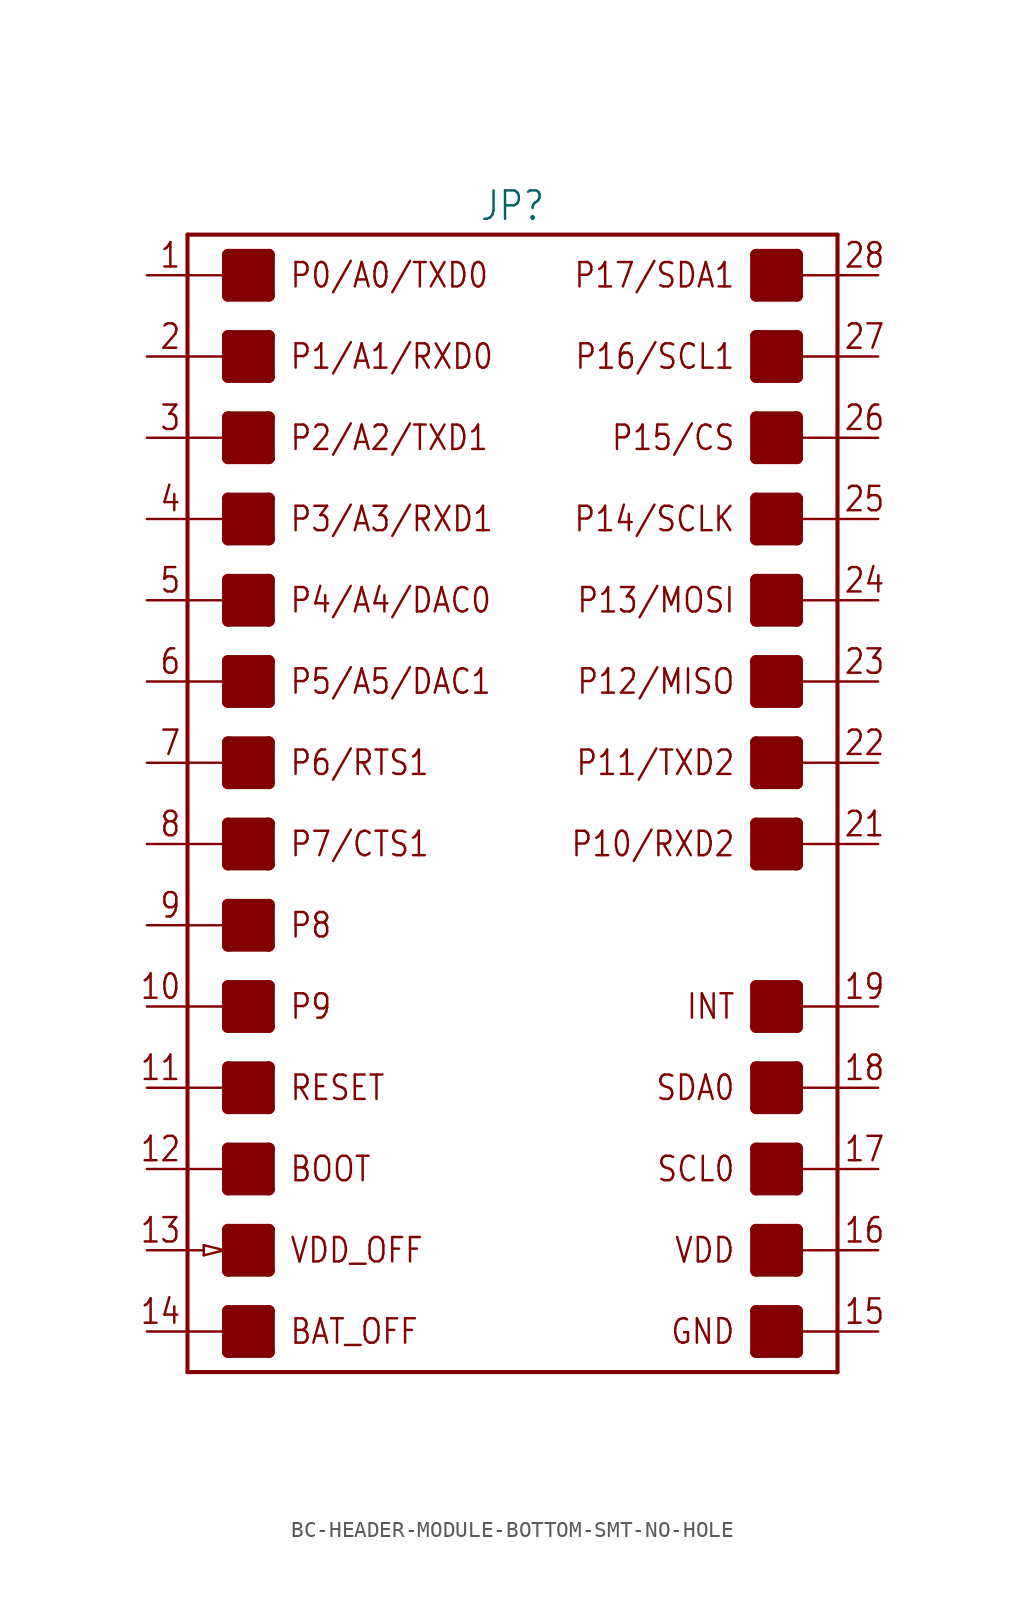
<source format=kicad_sym>
(kicad_symbol_lib
  (version 20231120)
  (generator "kicad_symbol_editor")
  (generator_version "8.0")
  (symbol "BC-HEADER-MODULE-BOTTOM-SMT-NO-HOLE"
    (property "Reference" "JP"
      (at 0 36.322 0)
      (effects (font (size 1.778 1.511)) (justify bottom)))
    (property "Value" ""
      (at 0 -36.322 0)
      (effects (font (size 1.778 1.511)) (justify top)))
    (property "ki_locked" ""
      (at 0 0 0)
      (effects (font (size 1.27 1.27))))
    (symbol "BC-HEADER-MODULE-BOTTOM-SMT-NO-HOLE_1_0"
      (rectangle (start -17.78 -34.29) (end -15.24 -31.75) (stroke (width 0) (type default)) (fill (type outline)))
      (rectangle (start -17.78 -29.21) (end -15.24 -26.67) (stroke (width 0) (type default)) (fill (type outline)))
      (rectangle (start -17.78 -24.13) (end -15.24 -21.59) (stroke (width 0) (type default)) (fill (type outline)))
      (rectangle (start -17.78 -19.05) (end -15.24 -16.51) (stroke (width 0) (type default)) (fill (type outline)))
      (rectangle (start -17.78 -13.97) (end -15.24 -11.43) (stroke (width 0) (type default)) (fill (type outline)))
      (rectangle (start -17.78 -8.89) (end -15.24 -6.35) (stroke (width 0) (type default)) (fill (type outline)))
      (rectangle (start -17.78 -3.81) (end -15.24 -1.27) (stroke (width 0) (type default)) (fill (type outline)))
      (rectangle (start -17.78 1.27) (end -15.24 3.81) (stroke (width 0) (type default)) (fill (type outline)))
      (rectangle (start -17.78 6.35) (end -15.24 8.89) (stroke (width 0) (type default)) (fill (type outline)))
      (rectangle (start -17.78 11.43) (end -15.24 13.97) (stroke (width 0) (type default)) (fill (type outline)))
      (rectangle (start -17.78 16.51) (end -15.24 19.05) (stroke (width 0) (type default)) (fill (type outline)))
      (rectangle (start -17.78 21.59) (end -15.24 24.13) (stroke (width 0) (type default)) (fill (type outline)))
      (rectangle (start -17.78 26.67) (end -15.24 29.21) (stroke (width 0) (type default)) (fill (type outline)))
      (rectangle (start -17.78 31.75) (end -15.24 34.29) (stroke (width 0) (type default)) (fill (type outline)))
      (polyline (pts (xy -20.32 -33.02) (xy -20.32 -35.56)) (stroke (width 0.254) (type solid)) (fill (type none)))
      (polyline (pts (xy -20.32 -33.02) (xy -17.78 -33.02)) (stroke (width 0.152) (type solid)) (fill (type none)))
      (polyline (pts (xy -20.32 -27.94) (xy -20.32 -33.02)) (stroke (width 0.254) (type solid)) (fill (type none)))
      (polyline (pts (xy -20.32 -27.94) (xy -19.304 -27.94)) (stroke (width 0.152) (type solid)) (fill (type none)))
      (polyline (pts (xy -20.32 -22.86) (xy -20.32 -27.94)) (stroke (width 0.254) (type solid)) (fill (type none)))
      (polyline (pts (xy -20.32 -22.86) (xy -17.78 -22.86)) (stroke (width 0.152) (type solid)) (fill (type none)))
      (polyline (pts (xy -20.32 -17.78) (xy -20.32 -22.86)) (stroke (width 0.254) (type solid)) (fill (type none)))
      (polyline (pts (xy -20.32 -17.78) (xy -17.78 -17.78)) (stroke (width 0.152) (type solid)) (fill (type none)))
      (polyline (pts (xy -20.32 -12.7) (xy -20.32 -17.78)) (stroke (width 0.254) (type solid)) (fill (type none)))
      (polyline (pts (xy -20.32 -12.7) (xy -17.78 -12.7)) (stroke (width 0.152) (type solid)) (fill (type none)))
      (polyline (pts (xy -20.32 -7.62) (xy -20.32 -12.7)) (stroke (width 0.254) (type solid)) (fill (type none)))
      (polyline (pts (xy -20.32 -7.62) (xy -17.78 -7.62)) (stroke (width 0.152) (type solid)) (fill (type none)))
      (polyline (pts (xy -20.32 -2.54) (xy -20.32 -7.62)) (stroke (width 0.254) (type solid)) (fill (type none)))
      (polyline (pts (xy -20.32 -2.54) (xy -17.78 -2.54)) (stroke (width 0.152) (type solid)) (fill (type none)))
      (polyline (pts (xy -20.32 2.54) (xy -20.32 -2.54)) (stroke (width 0.254) (type solid)) (fill (type none)))
      (polyline (pts (xy -20.32 2.54) (xy -17.78 2.54)) (stroke (width 0.152) (type solid)) (fill (type none)))
      (polyline (pts (xy -20.32 7.62) (xy -20.32 2.54)) (stroke (width 0.254) (type solid)) (fill (type none)))
      (polyline (pts (xy -20.32 7.62) (xy -17.78 7.62)) (stroke (width 0.152) (type solid)) (fill (type none)))
      (polyline (pts (xy -20.32 12.7) (xy -20.32 7.62)) (stroke (width 0.254) (type solid)) (fill (type none)))
      (polyline (pts (xy -20.32 12.7) (xy -17.78 12.7)) (stroke (width 0.152) (type solid)) (fill (type none)))
      (polyline (pts (xy -20.32 17.78) (xy -20.32 12.7)) (stroke (width 0.254) (type solid)) (fill (type none)))
      (polyline (pts (xy -20.32 17.78) (xy -17.78 17.78)) (stroke (width 0.152) (type solid)) (fill (type none)))
      (polyline (pts (xy -20.32 22.86) (xy -20.32 17.78)) (stroke (width 0.254) (type solid)) (fill (type none)))
      (polyline (pts (xy -20.32 22.86) (xy -17.78 22.86)) (stroke (width 0.152) (type solid)) (fill (type none)))
      (polyline (pts (xy -20.32 27.94) (xy -20.32 22.86)) (stroke (width 0.254) (type solid)) (fill (type none)))
      (polyline (pts (xy -20.32 27.94) (xy -17.78 27.94)) (stroke (width 0.152) (type solid)) (fill (type none)))
      (polyline (pts (xy -20.32 33.02) (xy -20.32 27.94)) (stroke (width 0.254) (type solid)) (fill (type none)))
      (polyline (pts (xy -20.32 33.02) (xy -17.78 33.02)) (stroke (width 0.152) (type solid)) (fill (type none)))
      (polyline (pts (xy -20.32 35.56) (xy -20.32 33.02)) (stroke (width 0.254) (type solid)) (fill (type none)))
      (polyline (pts (xy -20.32 35.56) (xy 20.32 35.56)) (stroke (width 0.254) (type solid)) (fill (type none)))
      (polyline (pts (xy -19.304 -28.258) (xy -18.034 -27.94)) (stroke (width 0.152) (type solid)) (fill (type none)))
      (polyline (pts (xy -19.304 -27.94) (xy -19.304 -28.258)) (stroke (width 0.152) (type solid)) (fill (type none)))
      (polyline (pts (xy -19.304 -27.622) (xy -19.304 -27.94)) (stroke (width 0.152) (type solid)) (fill (type none)))
      (polyline (pts (xy -18.034 -27.94) (xy -19.304 -27.622)) (stroke (width 0.152) (type solid)) (fill (type none)))
      (polyline (pts (xy -17.78 -34.29) (xy -15.24 -34.29)) (stroke (width 0.762) (type solid)) (fill (type none)))
      (polyline (pts (xy -17.78 -33.02) (xy -17.78 -34.29)) (stroke (width 0.762) (type solid)) (fill (type none)))
      (polyline (pts (xy -17.78 -31.75) (xy -17.78 -33.02)) (stroke (width 0.762) (type solid)) (fill (type none)))
      (polyline (pts (xy -17.78 -31.75) (xy -15.24 -31.75)) (stroke (width 0.762) (type solid)) (fill (type none)))
      (polyline (pts (xy -17.78 -29.21) (xy -15.24 -29.21)) (stroke (width 0.762) (type solid)) (fill (type none)))
      (polyline (pts (xy -17.78 -26.67) (xy -17.78 -29.21)) (stroke (width 0.762) (type solid)) (fill (type none)))
      (polyline (pts (xy -17.78 -26.67) (xy -15.24 -26.67)) (stroke (width 0.762) (type solid)) (fill (type none)))
      (polyline (pts (xy -17.78 -24.13) (xy -15.24 -24.13)) (stroke (width 0.762) (type solid)) (fill (type none)))
      (polyline (pts (xy -17.78 -22.86) (xy -17.78 -24.13)) (stroke (width 0.762) (type solid)) (fill (type none)))
      (polyline (pts (xy -17.78 -21.59) (xy -17.78 -22.86)) (stroke (width 0.762) (type solid)) (fill (type none)))
      (polyline (pts (xy -17.78 -21.59) (xy -15.24 -21.59)) (stroke (width 0.762) (type solid)) (fill (type none)))
      (polyline (pts (xy -17.78 -19.05) (xy -15.24 -19.05)) (stroke (width 0.762) (type solid)) (fill (type none)))
      (polyline (pts (xy -17.78 -17.78) (xy -17.78 -19.05)) (stroke (width 0.762) (type solid)) (fill (type none)))
      (polyline (pts (xy -17.78 -16.51) (xy -17.78 -17.78)) (stroke (width 0.762) (type solid)) (fill (type none)))
      (polyline (pts (xy -17.78 -16.51) (xy -15.24 -16.51)) (stroke (width 0.762) (type solid)) (fill (type none)))
      (polyline (pts (xy -17.78 -13.97) (xy -15.24 -13.97)) (stroke (width 0.762) (type solid)) (fill (type none)))
      (polyline (pts (xy -17.78 -12.7) (xy -17.78 -13.97)) (stroke (width 0.762) (type solid)) (fill (type none)))
      (polyline (pts (xy -17.78 -11.43) (xy -17.78 -12.7)) (stroke (width 0.762) (type solid)) (fill (type none)))
      (polyline (pts (xy -17.78 -11.43) (xy -15.24 -11.43)) (stroke (width 0.762) (type solid)) (fill (type none)))
      (polyline (pts (xy -17.78 -8.89) (xy -15.24 -8.89)) (stroke (width 0.762) (type solid)) (fill (type none)))
      (polyline (pts (xy -17.78 -7.62) (xy -17.78 -8.89)) (stroke (width 0.762) (type solid)) (fill (type none)))
      (polyline (pts (xy -17.78 -6.35) (xy -17.78 -7.62)) (stroke (width 0.762) (type solid)) (fill (type none)))
      (polyline (pts (xy -17.78 -6.35) (xy -15.24 -6.35)) (stroke (width 0.762) (type solid)) (fill (type none)))
      (polyline (pts (xy -17.78 -3.81) (xy -15.24 -3.81)) (stroke (width 0.762) (type solid)) (fill (type none)))
      (polyline (pts (xy -17.78 -2.54) (xy -17.78 -3.81)) (stroke (width 0.762) (type solid)) (fill (type none)))
      (polyline (pts (xy -17.78 -1.27) (xy -17.78 -2.54)) (stroke (width 0.762) (type solid)) (fill (type none)))
      (polyline (pts (xy -17.78 -1.27) (xy -15.24 -1.27)) (stroke (width 0.762) (type solid)) (fill (type none)))
      (polyline (pts (xy -17.78 1.27) (xy -15.24 1.27)) (stroke (width 0.762) (type solid)) (fill (type none)))
      (polyline (pts (xy -17.78 2.54) (xy -17.78 1.27)) (stroke (width 0.762) (type solid)) (fill (type none)))
      (polyline (pts (xy -17.78 3.81) (xy -17.78 2.54)) (stroke (width 0.762) (type solid)) (fill (type none)))
      (polyline (pts (xy -17.78 3.81) (xy -15.24 3.81)) (stroke (width 0.762) (type solid)) (fill (type none)))
      (polyline (pts (xy -17.78 6.35) (xy -15.24 6.35)) (stroke (width 0.762) (type solid)) (fill (type none)))
      (polyline (pts (xy -17.78 7.62) (xy -17.78 6.35)) (stroke (width 0.762) (type solid)) (fill (type none)))
      (polyline (pts (xy -17.78 8.89) (xy -17.78 7.62)) (stroke (width 0.762) (type solid)) (fill (type none)))
      (polyline (pts (xy -17.78 8.89) (xy -15.24 8.89)) (stroke (width 0.762) (type solid)) (fill (type none)))
      (polyline (pts (xy -17.78 11.43) (xy -15.24 11.43)) (stroke (width 0.762) (type solid)) (fill (type none)))
      (polyline (pts (xy -17.78 12.7) (xy -17.78 11.43)) (stroke (width 0.762) (type solid)) (fill (type none)))
      (polyline (pts (xy -17.78 13.97) (xy -17.78 12.7)) (stroke (width 0.762) (type solid)) (fill (type none)))
      (polyline (pts (xy -17.78 13.97) (xy -15.24 13.97)) (stroke (width 0.762) (type solid)) (fill (type none)))
      (polyline (pts (xy -17.78 16.51) (xy -15.24 16.51)) (stroke (width 0.762) (type solid)) (fill (type none)))
      (polyline (pts (xy -17.78 17.78) (xy -17.78 16.51)) (stroke (width 0.762) (type solid)) (fill (type none)))
      (polyline (pts (xy -17.78 19.05) (xy -17.78 17.78)) (stroke (width 0.762) (type solid)) (fill (type none)))
      (polyline (pts (xy -17.78 19.05) (xy -15.24 19.05)) (stroke (width 0.762) (type solid)) (fill (type none)))
      (polyline (pts (xy -17.78 21.59) (xy -15.24 21.59)) (stroke (width 0.762) (type solid)) (fill (type none)))
      (polyline (pts (xy -17.78 22.86) (xy -17.78 21.59)) (stroke (width 0.762) (type solid)) (fill (type none)))
      (polyline (pts (xy -17.78 24.13) (xy -17.78 22.86)) (stroke (width 0.762) (type solid)) (fill (type none)))
      (polyline (pts (xy -17.78 24.13) (xy -15.24 24.13)) (stroke (width 0.762) (type solid)) (fill (type none)))
      (polyline (pts (xy -17.78 26.67) (xy -15.24 26.67)) (stroke (width 0.762) (type solid)) (fill (type none)))
      (polyline (pts (xy -17.78 27.94) (xy -17.78 26.67)) (stroke (width 0.762) (type solid)) (fill (type none)))
      (polyline (pts (xy -17.78 29.21) (xy -17.78 27.94)) (stroke (width 0.762) (type solid)) (fill (type none)))
      (polyline (pts (xy -17.78 29.21) (xy -15.24 29.21)) (stroke (width 0.762) (type solid)) (fill (type none)))
      (polyline (pts (xy -17.78 31.75) (xy -15.24 31.75)) (stroke (width 0.762) (type solid)) (fill (type none)))
      (polyline (pts (xy -17.78 33.02) (xy -17.78 31.75)) (stroke (width 0.762) (type solid)) (fill (type none)))
      (polyline (pts (xy -17.78 34.29) (xy -17.78 33.02)) (stroke (width 0.762) (type solid)) (fill (type none)))
      (polyline (pts (xy -17.78 34.29) (xy -15.24 34.29)) (stroke (width 0.762) (type solid)) (fill (type none)))
      (polyline (pts (xy -15.24 -34.29) (xy -15.24 -31.75)) (stroke (width 0.762) (type solid)) (fill (type none)))
      (polyline (pts (xy -15.24 -29.21) (xy -15.24 -26.67)) (stroke (width 0.762) (type solid)) (fill (type none)))
      (polyline (pts (xy -15.24 -24.13) (xy -15.24 -21.59)) (stroke (width 0.762) (type solid)) (fill (type none)))
      (polyline (pts (xy -15.24 -19.05) (xy -15.24 -16.51)) (stroke (width 0.762) (type solid)) (fill (type none)))
      (polyline (pts (xy -15.24 -13.97) (xy -15.24 -11.43)) (stroke (width 0.762) (type solid)) (fill (type none)))
      (polyline (pts (xy -15.24 -8.89) (xy -15.24 -6.35)) (stroke (width 0.762) (type solid)) (fill (type none)))
      (polyline (pts (xy -15.24 -3.81) (xy -15.24 -1.27)) (stroke (width 0.762) (type solid)) (fill (type none)))
      (polyline (pts (xy -15.24 1.27) (xy -15.24 3.81)) (stroke (width 0.762) (type solid)) (fill (type none)))
      (polyline (pts (xy -15.24 6.35) (xy -15.24 8.89)) (stroke (width 0.762) (type solid)) (fill (type none)))
      (polyline (pts (xy -15.24 11.43) (xy -15.24 13.97)) (stroke (width 0.762) (type solid)) (fill (type none)))
      (polyline (pts (xy -15.24 16.51) (xy -15.24 19.05)) (stroke (width 0.762) (type solid)) (fill (type none)))
      (polyline (pts (xy -15.24 21.59) (xy -15.24 24.13)) (stroke (width 0.762) (type solid)) (fill (type none)))
      (polyline (pts (xy -15.24 26.67) (xy -15.24 29.21)) (stroke (width 0.762) (type solid)) (fill (type none)))
      (polyline (pts (xy -15.24 31.75) (xy -15.24 34.29)) (stroke (width 0.762) (type solid)) (fill (type none)))
      (polyline (pts (xy 15.24 -34.29) (xy 17.78 -34.29)) (stroke (width 0.762) (type solid)) (fill (type none)))
      (polyline (pts (xy 15.24 -31.75) (xy 15.24 -34.29)) (stroke (width 0.762) (type solid)) (fill (type none)))
      (polyline (pts (xy 15.24 -31.75) (xy 17.78 -31.75)) (stroke (width 0.762) (type solid)) (fill (type none)))
      (polyline (pts (xy 15.24 -29.21) (xy 17.78 -29.21)) (stroke (width 0.762) (type solid)) (fill (type none)))
      (polyline (pts (xy 15.24 -26.67) (xy 15.24 -29.21)) (stroke (width 0.762) (type solid)) (fill (type none)))
      (polyline (pts (xy 15.24 -26.67) (xy 17.78 -26.67)) (stroke (width 0.762) (type solid)) (fill (type none)))
      (polyline (pts (xy 15.24 -24.13) (xy 17.78 -24.13)) (stroke (width 0.762) (type solid)) (fill (type none)))
      (polyline (pts (xy 15.24 -21.59) (xy 15.24 -24.13)) (stroke (width 0.762) (type solid)) (fill (type none)))
      (polyline (pts (xy 15.24 -21.59) (xy 17.78 -21.59)) (stroke (width 0.762) (type solid)) (fill (type none)))
      (polyline (pts (xy 15.24 -19.05) (xy 17.78 -19.05)) (stroke (width 0.762) (type solid)) (fill (type none)))
      (polyline (pts (xy 15.24 -16.51) (xy 15.24 -19.05)) (stroke (width 0.762) (type solid)) (fill (type none)))
      (polyline (pts (xy 15.24 -16.51) (xy 17.78 -16.51)) (stroke (width 0.762) (type solid)) (fill (type none)))
      (polyline (pts (xy 15.24 -13.97) (xy 17.78 -13.97)) (stroke (width 0.762) (type solid)) (fill (type none)))
      (polyline (pts (xy 15.24 -11.43) (xy 15.24 -13.97)) (stroke (width 0.762) (type solid)) (fill (type none)))
      (polyline (pts (xy 15.24 -11.43) (xy 17.78 -11.43)) (stroke (width 0.762) (type solid)) (fill (type none)))
      (polyline (pts (xy 15.24 -3.81) (xy 17.78 -3.81)) (stroke (width 0.762) (type solid)) (fill (type none)))
      (polyline (pts (xy 15.24 -1.27) (xy 15.24 -3.81)) (stroke (width 0.762) (type solid)) (fill (type none)))
      (polyline (pts (xy 15.24 -1.27) (xy 17.78 -1.27)) (stroke (width 0.762) (type solid)) (fill (type none)))
      (polyline (pts (xy 15.24 1.27) (xy 17.78 1.27)) (stroke (width 0.762) (type solid)) (fill (type none)))
      (polyline (pts (xy 15.24 3.81) (xy 15.24 1.27)) (stroke (width 0.762) (type solid)) (fill (type none)))
      (polyline (pts (xy 15.24 3.81) (xy 17.78 3.81)) (stroke (width 0.762) (type solid)) (fill (type none)))
      (polyline (pts (xy 15.24 6.35) (xy 17.78 6.35)) (stroke (width 0.762) (type solid)) (fill (type none)))
      (polyline (pts (xy 15.24 8.89) (xy 15.24 6.35)) (stroke (width 0.762) (type solid)) (fill (type none)))
      (polyline (pts (xy 15.24 8.89) (xy 17.78 8.89)) (stroke (width 0.762) (type solid)) (fill (type none)))
      (polyline (pts (xy 15.24 11.43) (xy 17.78 11.43)) (stroke (width 0.762) (type solid)) (fill (type none)))
      (polyline (pts (xy 15.24 13.97) (xy 15.24 11.43)) (stroke (width 0.762) (type solid)) (fill (type none)))
      (polyline (pts (xy 15.24 13.97) (xy 17.78 13.97)) (stroke (width 0.762) (type solid)) (fill (type none)))
      (polyline (pts (xy 15.24 16.51) (xy 17.78 16.51)) (stroke (width 0.762) (type solid)) (fill (type none)))
      (polyline (pts (xy 15.24 19.05) (xy 15.24 16.51)) (stroke (width 0.762) (type solid)) (fill (type none)))
      (polyline (pts (xy 15.24 19.05) (xy 17.78 19.05)) (stroke (width 0.762) (type solid)) (fill (type none)))
      (polyline (pts (xy 15.24 21.59) (xy 17.78 21.59)) (stroke (width 0.762) (type solid)) (fill (type none)))
      (polyline (pts (xy 15.24 24.13) (xy 15.24 21.59)) (stroke (width 0.762) (type solid)) (fill (type none)))
      (polyline (pts (xy 15.24 24.13) (xy 17.78 24.13)) (stroke (width 0.762) (type solid)) (fill (type none)))
      (polyline (pts (xy 15.24 26.67) (xy 17.78 26.67)) (stroke (width 0.762) (type solid)) (fill (type none)))
      (polyline (pts (xy 15.24 29.21) (xy 15.24 26.67)) (stroke (width 0.762) (type solid)) (fill (type none)))
      (polyline (pts (xy 15.24 29.21) (xy 17.78 29.21)) (stroke (width 0.762) (type solid)) (fill (type none)))
      (polyline (pts (xy 15.24 31.75) (xy 17.78 31.75)) (stroke (width 0.762) (type solid)) (fill (type none)))
      (polyline (pts (xy 15.24 34.29) (xy 15.24 31.75)) (stroke (width 0.762) (type solid)) (fill (type none)))
      (polyline (pts (xy 15.24 34.29) (xy 17.78 34.29)) (stroke (width 0.762) (type solid)) (fill (type none)))
      (polyline (pts (xy 17.78 -34.29) (xy 17.78 -33.02)) (stroke (width 0.762) (type solid)) (fill (type none)))
      (polyline (pts (xy 17.78 -33.02) (xy 17.78 -31.75)) (stroke (width 0.762) (type solid)) (fill (type none)))
      (polyline (pts (xy 17.78 -33.02) (xy 20.32 -33.02)) (stroke (width 0.152) (type solid)) (fill (type none)))
      (polyline (pts (xy 17.78 -29.21) (xy 17.78 -27.94)) (stroke (width 0.762) (type solid)) (fill (type none)))
      (polyline (pts (xy 17.78 -27.94) (xy 17.78 -26.67)) (stroke (width 0.762) (type solid)) (fill (type none)))
      (polyline (pts (xy 17.78 -27.94) (xy 20.32 -27.94)) (stroke (width 0.152) (type solid)) (fill (type none)))
      (polyline (pts (xy 17.78 -24.13) (xy 17.78 -22.86)) (stroke (width 0.762) (type solid)) (fill (type none)))
      (polyline (pts (xy 17.78 -22.86) (xy 17.78 -21.59)) (stroke (width 0.762) (type solid)) (fill (type none)))
      (polyline (pts (xy 17.78 -22.86) (xy 20.32 -22.86)) (stroke (width 0.152) (type solid)) (fill (type none)))
      (polyline (pts (xy 17.78 -19.05) (xy 17.78 -17.78)) (stroke (width 0.762) (type solid)) (fill (type none)))
      (polyline (pts (xy 17.78 -17.78) (xy 17.78 -16.51)) (stroke (width 0.762) (type solid)) (fill (type none)))
      (polyline (pts (xy 17.78 -17.78) (xy 20.32 -17.78)) (stroke (width 0.152) (type solid)) (fill (type none)))
      (polyline (pts (xy 17.78 -13.97) (xy 17.78 -12.7)) (stroke (width 0.762) (type solid)) (fill (type none)))
      (polyline (pts (xy 17.78 -12.7) (xy 17.78 -11.43)) (stroke (width 0.762) (type solid)) (fill (type none)))
      (polyline (pts (xy 17.78 -12.7) (xy 20.32 -12.7)) (stroke (width 0.152) (type solid)) (fill (type none)))
      (polyline (pts (xy 17.78 -3.81) (xy 17.78 -2.54)) (stroke (width 0.762) (type solid)) (fill (type none)))
      (polyline (pts (xy 17.78 -2.54) (xy 17.78 -1.27)) (stroke (width 0.762) (type solid)) (fill (type none)))
      (polyline (pts (xy 17.78 -2.54) (xy 20.32 -2.54)) (stroke (width 0.152) (type solid)) (fill (type none)))
      (polyline (pts (xy 17.78 1.27) (xy 17.78 2.54)) (stroke (width 0.762) (type solid)) (fill (type none)))
      (polyline (pts (xy 17.78 2.54) (xy 17.78 3.81)) (stroke (width 0.762) (type solid)) (fill (type none)))
      (polyline (pts (xy 17.78 2.54) (xy 20.32 2.54)) (stroke (width 0.152) (type solid)) (fill (type none)))
      (polyline (pts (xy 17.78 6.35) (xy 17.78 7.62)) (stroke (width 0.762) (type solid)) (fill (type none)))
      (polyline (pts (xy 17.78 7.62) (xy 17.78 8.89)) (stroke (width 0.762) (type solid)) (fill (type none)))
      (polyline (pts (xy 17.78 7.62) (xy 20.32 7.62)) (stroke (width 0.152) (type solid)) (fill (type none)))
      (polyline (pts (xy 17.78 11.43) (xy 17.78 12.7)) (stroke (width 0.762) (type solid)) (fill (type none)))
      (polyline (pts (xy 17.78 12.7) (xy 17.78 13.97)) (stroke (width 0.762) (type solid)) (fill (type none)))
      (polyline (pts (xy 17.78 12.7) (xy 20.32 12.7)) (stroke (width 0.152) (type solid)) (fill (type none)))
      (polyline (pts (xy 17.78 16.51) (xy 17.78 17.78)) (stroke (width 0.762) (type solid)) (fill (type none)))
      (polyline (pts (xy 17.78 17.78) (xy 17.78 19.05)) (stroke (width 0.762) (type solid)) (fill (type none)))
      (polyline (pts (xy 17.78 17.78) (xy 20.32 17.78)) (stroke (width 0.152) (type solid)) (fill (type none)))
      (polyline (pts (xy 17.78 21.59) (xy 17.78 22.86)) (stroke (width 0.762) (type solid)) (fill (type none)))
      (polyline (pts (xy 17.78 22.86) (xy 17.78 24.13)) (stroke (width 0.762) (type solid)) (fill (type none)))
      (polyline (pts (xy 17.78 22.86) (xy 20.32 22.86)) (stroke (width 0.152) (type solid)) (fill (type none)))
      (polyline (pts (xy 17.78 26.67) (xy 17.78 27.94)) (stroke (width 0.762) (type solid)) (fill (type none)))
      (polyline (pts (xy 17.78 27.94) (xy 17.78 29.21)) (stroke (width 0.762) (type solid)) (fill (type none)))
      (polyline (pts (xy 17.78 27.94) (xy 20.32 27.94)) (stroke (width 0.152) (type solid)) (fill (type none)))
      (polyline (pts (xy 17.78 31.75) (xy 17.78 33.02)) (stroke (width 0.762) (type solid)) (fill (type none)))
      (polyline (pts (xy 17.78 33.02) (xy 17.78 34.29)) (stroke (width 0.762) (type solid)) (fill (type none)))
      (polyline (pts (xy 17.78 33.02) (xy 20.32 33.02)) (stroke (width 0.152) (type solid)) (fill (type none)))
      (polyline (pts (xy 20.32 -35.56) (xy -20.32 -35.56)) (stroke (width 0.254) (type solid)) (fill (type none)))
      (polyline (pts (xy 20.32 -33.02) (xy 20.32 -35.56)) (stroke (width 0.254) (type solid)) (fill (type none)))
      (polyline (pts (xy 20.32 -27.94) (xy 20.32 -33.02)) (stroke (width 0.254) (type solid)) (fill (type none)))
      (polyline (pts (xy 20.32 -22.86) (xy 20.32 -27.94)) (stroke (width 0.254) (type solid)) (fill (type none)))
      (polyline (pts (xy 20.32 -17.78) (xy 20.32 -22.86)) (stroke (width 0.254) (type solid)) (fill (type none)))
      (polyline (pts (xy 20.32 -12.7) (xy 20.32 -17.78)) (stroke (width 0.254) (type solid)) (fill (type none)))
      (polyline (pts (xy 20.32 -2.54) (xy 20.32 -12.7)) (stroke (width 0.254) (type solid)) (fill (type none)))
      (polyline (pts (xy 20.32 2.54) (xy 20.32 -2.54)) (stroke (width 0.254) (type solid)) (fill (type none)))
      (polyline (pts (xy 20.32 7.62) (xy 20.32 2.54)) (stroke (width 0.254) (type solid)) (fill (type none)))
      (polyline (pts (xy 20.32 12.7) (xy 20.32 7.62)) (stroke (width 0.254) (type solid)) (fill (type none)))
      (polyline (pts (xy 20.32 17.78) (xy 20.32 12.7)) (stroke (width 0.254) (type solid)) (fill (type none)))
      (polyline (pts (xy 20.32 22.86) (xy 20.32 17.78)) (stroke (width 0.254) (type solid)) (fill (type none)))
      (polyline (pts (xy 20.32 27.94) (xy 20.32 22.86)) (stroke (width 0.254) (type solid)) (fill (type none)))
      (polyline (pts (xy 20.32 33.02) (xy 20.32 27.94)) (stroke (width 0.254) (type solid)) (fill (type none)))
      (polyline (pts (xy 20.32 35.56) (xy 20.32 33.02)) (stroke (width 0.254) (type solid)) (fill (type none)))
      (rectangle (start 15.24 -34.29) (end 17.78 -31.75) (stroke (width 0) (type default)) (fill (type outline)))
      (rectangle (start 15.24 -29.21) (end 17.78 -26.67) (stroke (width 0) (type default)) (fill (type outline)))
      (rectangle (start 15.24 -24.13) (end 17.78 -21.59) (stroke (width 0) (type default)) (fill (type outline)))
      (rectangle (start 15.24 -19.05) (end 17.78 -16.51) (stroke (width 0) (type default)) (fill (type outline)))
      (rectangle (start 15.24 -13.97) (end 17.78 -11.43) (stroke (width 0) (type default)) (fill (type outline)))
      (rectangle (start 15.24 -3.81) (end 17.78 -1.27) (stroke (width 0) (type default)) (fill (type outline)))
      (rectangle (start 15.24 1.27) (end 17.78 3.81) (stroke (width 0) (type default)) (fill (type outline)))
      (rectangle (start 15.24 6.35) (end 17.78 8.89) (stroke (width 0) (type default)) (fill (type outline)))
      (rectangle (start 15.24 11.43) (end 17.78 13.97) (stroke (width 0) (type default)) (fill (type outline)))
      (rectangle (start 15.24 16.51) (end 17.78 19.05) (stroke (width 0) (type default)) (fill (type outline)))
      (rectangle (start 15.24 21.59) (end 17.78 24.13) (stroke (width 0) (type default)) (fill (type outline)))
      (rectangle (start 15.24 26.67) (end 17.78 29.21) (stroke (width 0) (type default)) (fill (type outline)))
      (rectangle (start 15.24 31.75) (end 17.78 34.29) (stroke (width 0) (type default)) (fill (type outline)))
      (text "1" (at -20.676 33.376 0) (effects (font (size 1.524 1.295)) (justify right bottom)))
      (text "10" (at -20.676 -12.344 0) (effects (font (size 1.524 1.295)) (justify right bottom)))
      (text "11" (at -20.676 -17.424 0) (effects (font (size 1.524 1.295)) (justify right bottom)))
      (text "12" (at -20.676 -22.504 0) (effects (font (size 1.524 1.295)) (justify right bottom)))
      (text "13" (at -20.676 -27.584 0) (effects (font (size 1.524 1.295)) (justify right bottom)))
      (text "14" (at -20.676 -32.664 0) (effects (font (size 1.524 1.295)) (justify right bottom)))
      (text "15" (at 20.676 -32.664 0) (effects (font (size 1.524 1.295)) (justify left bottom)))
      (text "16" (at 20.676 -27.584 0) (effects (font (size 1.524 1.295)) (justify left bottom)))
      (text "17" (at 20.676 -22.504 0) (effects (font (size 1.524 1.295)) (justify left bottom)))
      (text "18" (at 20.676 -17.424 0) (effects (font (size 1.524 1.295)) (justify left bottom)))
      (text "19" (at 20.676 -12.344 0) (effects (font (size 1.524 1.295)) (justify left bottom)))
      (text "2" (at -20.676 28.296 0) (effects (font (size 1.524 1.295)) (justify right bottom)))
      (text "21" (at 20.676 -2.184 0) (effects (font (size 1.524 1.295)) (justify left bottom)))
      (text "22" (at 20.676 2.896 0) (effects (font (size 1.524 1.295)) (justify left bottom)))
      (text "23" (at 20.676 7.976 0) (effects (font (size 1.524 1.295)) (justify left bottom)))
      (text "24" (at 20.676 13.056 0) (effects (font (size 1.524 1.295)) (justify left bottom)))
      (text "25" (at 20.676 18.136 0) (effects (font (size 1.524 1.295)) (justify left bottom)))
      (text "26" (at 20.676 23.216 0) (effects (font (size 1.524 1.295)) (justify left bottom)))
      (text "27" (at 20.676 28.296 0) (effects (font (size 1.524 1.295)) (justify left bottom)))
      (text "28" (at 20.676 33.376 0) (effects (font (size 1.524 1.295)) (justify left bottom)))
      (text "3" (at -20.676 23.216 0) (effects (font (size 1.524 1.295)) (justify right bottom)))
      (text "4" (at -20.676 18.136 0) (effects (font (size 1.524 1.295)) (justify right bottom)))
      (text "5" (at -20.676 13.056 0) (effects (font (size 1.524 1.295)) (justify right bottom)))
      (text "6" (at -20.676 7.976 0) (effects (font (size 1.524 1.295)) (justify right bottom)))
      (text "7" (at -20.676 2.896 0) (effects (font (size 1.524 1.295)) (justify right bottom)))
      (text "8" (at -20.676 -2.184 0) (effects (font (size 1.524 1.295)) (justify right bottom)))
      (text "9" (at -20.676 -7.264 0) (effects (font (size 1.524 1.295)) (justify right bottom)))
      (text "BAT_OFF" (at -13.97 -33.02 0) (effects (font (size 1.524 1.295)) (justify left)))
      (text "BOOT" (at -13.97 -22.86 0) (effects (font (size 1.524 1.295)) (justify left)))
      (text "GND" (at 13.97 -33.02 0) (effects (font (size 1.524 1.295)) (justify right)))
      (text "INT" (at 13.97 -12.7 0) (effects (font (size 1.524 1.295)) (justify right)))
      (text "P0/A0/TXD0" (at -13.97 33.02 0) (effects (font (size 1.524 1.295)) (justify left)))
      (text "P1/A1/RXD0" (at -13.97 27.94 0) (effects (font (size 1.524 1.295)) (justify left)))
      (text "P10/RXD2" (at 13.97 -2.54 0) (effects (font (size 1.524 1.295)) (justify right)))
      (text "P11/TXD2" (at 13.97 2.54 0) (effects (font (size 1.524 1.295)) (justify right)))
      (text "P12/MISO" (at 13.97 7.62 0) (effects (font (size 1.524 1.295)) (justify right)))
      (text "P13/MOSI" (at 13.97 12.7 0) (effects (font (size 1.524 1.295)) (justify right)))
      (text "P14/SCLK" (at 13.97 17.78 0) (effects (font (size 1.524 1.295)) (justify right)))
      (text "P15/CS" (at 13.97 22.86 0) (effects (font (size 1.524 1.295)) (justify right)))
      (text "P16/SCL1" (at 13.97 27.94 0) (effects (font (size 1.524 1.295)) (justify right)))
      (text "P17/SDA1" (at 13.97 33.02 0) (effects (font (size 1.524 1.295)) (justify right)))
      (text "P2/A2/TXD1" (at -13.97 22.86 0) (effects (font (size 1.524 1.295)) (justify left)))
      (text "P3/A3/RXD1" (at -13.97 17.78 0) (effects (font (size 1.524 1.295)) (justify left)))
      (text "P4/A4/DAC0" (at -13.97 12.7 0) (effects (font (size 1.524 1.295)) (justify left)))
      (text "P5/A5/DAC1" (at -13.97 7.62 0) (effects (font (size 1.524 1.295)) (justify left)))
      (text "P6/RTS1" (at -13.97 2.54 0) (effects (font (size 1.524 1.295)) (justify left)))
      (text "P7/CTS1" (at -13.97 -2.54 0) (effects (font (size 1.524 1.295)) (justify left)))
      (text "P8" (at -13.97 -7.62 0) (effects (font (size 1.524 1.295)) (justify left)))
      (text "P9" (at -13.97 -12.7 0) (effects (font (size 1.524 1.295)) (justify left)))
      (text "RESET" (at -13.97 -17.78 0) (effects (font (size 1.524 1.295)) (justify left)))
      (text "SCL0" (at 13.97 -22.86 0) (effects (font (size 1.524 1.295)) (justify right)))
      (text "SDA0" (at 13.97 -17.78 0) (effects (font (size 1.524 1.295)) (justify right)))
      (text "VDD" (at 13.97 -27.94 0) (effects (font (size 1.524 1.295)) (justify right)))
      (text "VDD_OFF" (at -13.97 -27.94 0) (effects (font (size 1.524 1.295)) (justify left)))
      (pin passive line (at -22.86 33.02 0) (length 2.54) (name "P0/A0/TXD0" (effects (font (size 0 0)))) (number "1" (effects (font (size 0 0)))))
      (pin passive line (at -22.86 -12.7 0) (length 2.54) (name "P9" (effects (font (size 0 0)))) (number "10" (effects (font (size 0 0)))))
      (pin passive line (at -22.86 -17.78 0) (length 2.54) (name "RESET" (effects (font (size 0 0)))) (number "11" (effects (font (size 0 0)))))
      (pin passive line (at -22.86 -22.86 0) (length 2.54) (name "BOOT" (effects (font (size 0 0)))) (number "12" (effects (font (size 0 0)))))
      (pin passive line (at -22.86 -27.94 0) (length 2.54) (name "VDD_OFF_IN" (effects (font (size 0 0)))) (number "13" (effects (font (size 0 0)))))
      (pin passive line (at -22.86 -33.02 0) (length 2.54) (name "BAT_OFF" (effects (font (size 0 0)))) (number "14" (effects (font (size 0 0)))))
      (pin passive line (at 22.86 -33.02 180) (length 2.54) (name "GND" (effects (font (size 0 0)))) (number "15" (effects (font (size 0 0)))))
      (pin passive line (at 22.86 -27.94 180) (length 2.54) (name "VDD" (effects (font (size 0 0)))) (number "16" (effects (font (size 0 0)))))
      (pin passive line (at 22.86 -22.86 180) (length 2.54) (name "SCL0" (effects (font (size 0 0)))) (number "17" (effects (font (size 0 0)))))
      (pin passive line (at 22.86 -17.78 180) (length 2.54) (name "SDA0" (effects (font (size 0 0)))) (number "18" (effects (font (size 0 0)))))
      (pin passive line (at 22.86 -12.7 180) (length 2.54) (name "INT" (effects (font (size 0 0)))) (number "19" (effects (font (size 0 0)))))
      (pin passive line (at -22.86 27.94 0) (length 2.54) (name "P1/A1/RXD0" (effects (font (size 0 0)))) (number "2" (effects (font (size 0 0)))))
      (pin passive line (at 22.86 -2.54 180) (length 2.54) (name "P10/RXD2" (effects (font (size 0 0)))) (number "21" (effects (font (size 0 0)))))
      (pin passive line (at 22.86 2.54 180) (length 2.54) (name "P11/TXD2" (effects (font (size 0 0)))) (number "22" (effects (font (size 0 0)))))
      (pin passive line (at 22.86 7.62 180) (length 2.54) (name "P12/MISO" (effects (font (size 0 0)))) (number "23" (effects (font (size 0 0)))))
      (pin passive line (at 22.86 12.7 180) (length 2.54) (name "P13/MOSI" (effects (font (size 0 0)))) (number "24" (effects (font (size 0 0)))))
      (pin passive line (at 22.86 17.78 180) (length 2.54) (name "P14/SCLK" (effects (font (size 0 0)))) (number "25" (effects (font (size 0 0)))))
      (pin passive line (at 22.86 22.86 180) (length 2.54) (name "P15/CS" (effects (font (size 0 0)))) (number "26" (effects (font (size 0 0)))))
      (pin passive line (at 22.86 27.94 180) (length 2.54) (name "P16/SCL1" (effects (font (size 0 0)))) (number "27" (effects (font (size 0 0)))))
      (pin passive line (at 22.86 33.02 180) (length 2.54) (name "P17/SDA1" (effects (font (size 0 0)))) (number "28" (effects (font (size 0 0)))))
      (pin passive line (at -22.86 22.86 0) (length 2.54) (name "P2/A2/TXD1" (effects (font (size 0 0)))) (number "3" (effects (font (size 0 0)))))
      (pin passive line (at -22.86 17.78 0) (length 2.54) (name "P3/A3/RXD1" (effects (font (size 0 0)))) (number "4" (effects (font (size 0 0)))))
      (pin passive line (at -22.86 12.7 0) (length 2.54) (name "P4/A4/DAC0" (effects (font (size 0 0)))) (number "5" (effects (font (size 0 0)))))
      (pin passive line (at -22.86 7.62 0) (length 2.54) (name "P5/A5/DAC1" (effects (font (size 0 0)))) (number "6" (effects (font (size 0 0)))))
      (pin passive line (at -22.86 2.54 0) (length 2.54) (name "P6/RTS1" (effects (font (size 0 0)))) (number "7" (effects (font (size 0 0)))))
      (pin passive line (at -22.86 -2.54 0) (length 2.54) (name "P7/CTS1" (effects (font (size 0 0)))) (number "8" (effects (font (size 0 0)))))
      (pin passive line (at -22.86 -7.62 0) (length 2.54) (name "P8" (effects (font (size 0 0)))) (number "9" (effects (font (size 0 0))))))))
</source>
